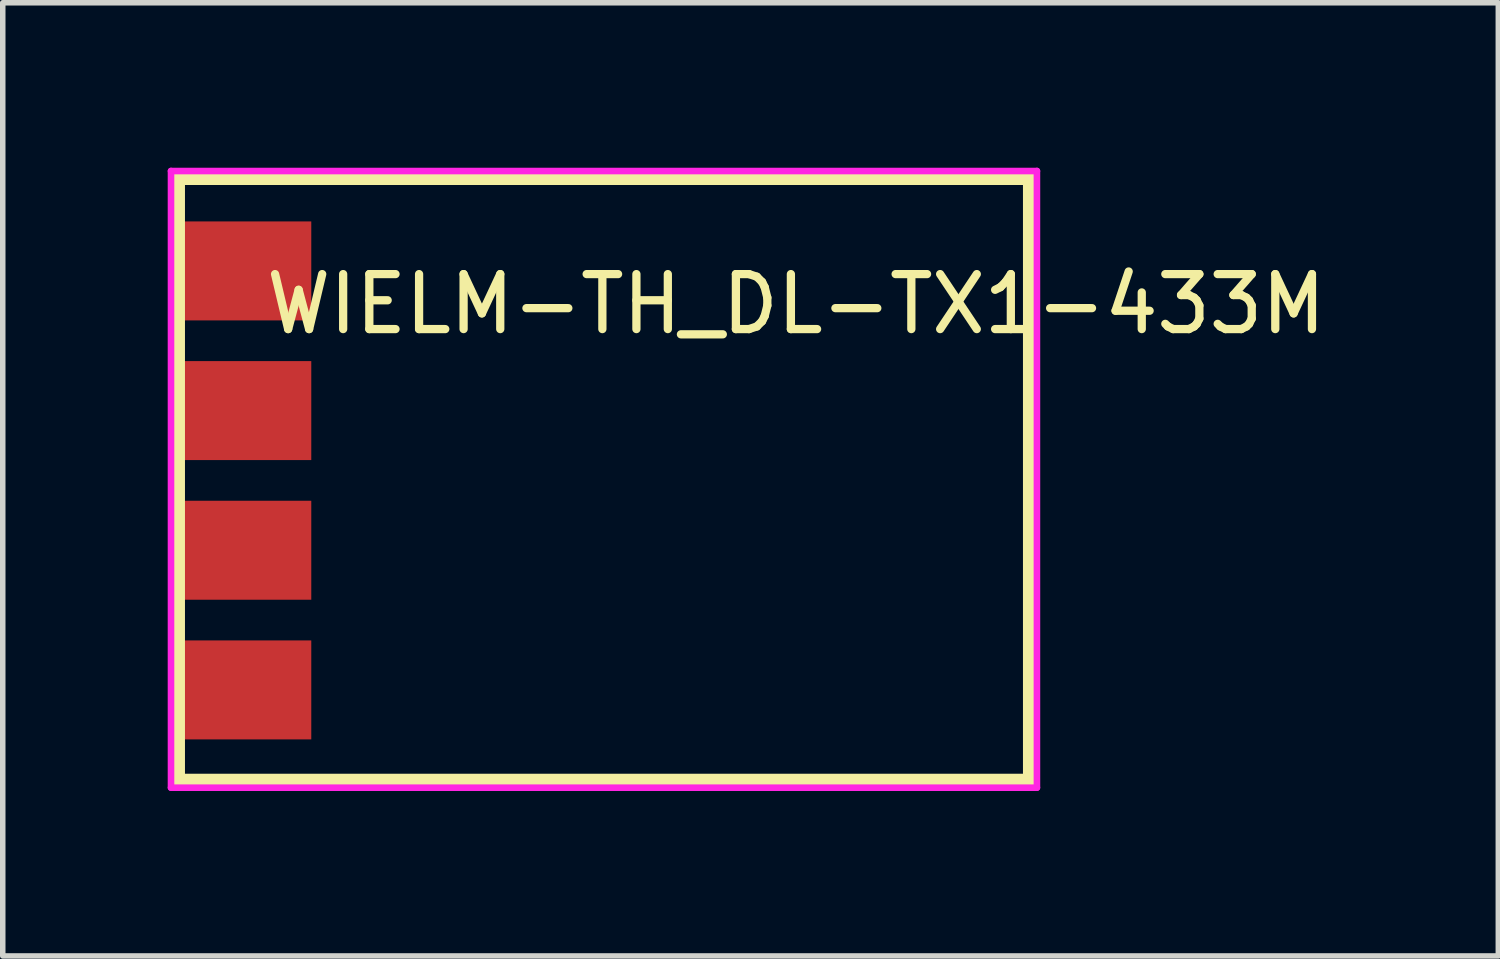
<source format=kicad_pcb>
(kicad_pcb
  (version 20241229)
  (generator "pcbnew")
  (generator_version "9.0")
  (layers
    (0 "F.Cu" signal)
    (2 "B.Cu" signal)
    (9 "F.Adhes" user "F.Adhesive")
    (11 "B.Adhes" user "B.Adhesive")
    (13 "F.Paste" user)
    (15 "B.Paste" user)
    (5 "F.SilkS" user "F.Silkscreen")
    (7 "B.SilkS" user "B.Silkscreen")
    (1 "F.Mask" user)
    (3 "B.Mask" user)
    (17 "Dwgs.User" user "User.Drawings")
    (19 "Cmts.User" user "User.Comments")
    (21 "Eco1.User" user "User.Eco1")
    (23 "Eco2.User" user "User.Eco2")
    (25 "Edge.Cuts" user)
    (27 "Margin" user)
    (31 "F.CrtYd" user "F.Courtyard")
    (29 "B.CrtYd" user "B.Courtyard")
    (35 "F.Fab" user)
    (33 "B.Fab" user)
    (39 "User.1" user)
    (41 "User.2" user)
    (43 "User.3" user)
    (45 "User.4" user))
  (footprint "WIELM-TH_DL-TX1-433M"
    (layer "F.Cu")
    (at 1.711 5.687)
    (property "Reference" "WIELM-TH_DL-TX1-433M" (at 0 -3.207 0) (layer "F.SilkS") (effects (font (size 1 1) (thickness 0.15)) (justify left)))
    (attr through_hole)
    (fp_line (start -1.524 -5.5) (end -1.524 5.4) (stroke (width 0.254) (type solid)) (layer "F.SilkS"))
    (fp_line (start -1.524 -5.5) (end 13.97 -5.5) (stroke (width 0.254) (type solid)) (layer "F.SilkS"))
    (fp_line (start 13.97 -5.5) (end 13.97 5.461) (stroke (width 0.254) (type solid)) (layer "F.SilkS"))
    (fp_line (start 13.97 5.461) (end -1.524 5.461) (stroke (width 0.254) (type solid)) (layer "F.SilkS"))
    (fp_circle (center -1.651 -5.627) (end -1.621 -5.627) (stroke (width 0.06) (type solid)) (fill no) (layer "Eco2.User"))
    (fp_circle (center 0 -3.81) (end 0.225 -3.81) (stroke (width 0.45) (type solid)) (fill no) (layer "Eco2.User"))
    (fp_circle (center 0 -1.27) (end 0.225 -1.27) (stroke (width 0.45) (type solid)) (fill no) (layer "Eco2.User"))
    (fp_circle (center 0 1.27) (end 0.225 1.27) (stroke (width 0.45) (type solid)) (fill no) (layer "Eco2.User"))
    (fp_circle (center 0 3.81) (end 0.225 3.81) (stroke (width 0.45) (type solid)) (fill no) (layer "Eco2.User"))
    (fp_line (start -1.651 -5.627) (end 14.097 -5.627) (stroke (width 0.12) (type solid)) (layer "F.CrtYd"))
    (fp_line (start -1.651 5.588) (end -1.651 -5.627) (stroke (width 0.12) (type solid)) (layer "F.CrtYd"))
    (fp_line (start 14.097 -5.627) (end 14.097 5.588) (stroke (width 0.12) (type solid)) (layer "F.CrtYd"))
    (fp_line (start 14.097 5.588) (end -1.651 5.588) (stroke (width 0.12) (type solid)) (layer "F.CrtYd"))
    (pad "1" smd rect (at -0.312 -3.81) (size 2.424 1.8) (layers "F.Cu" "F.Mask" "F.Paste"))
    (pad "2" smd rect (at -0.312 -1.27) (size 2.424 1.8) (layers "F.Cu" "F.Mask" "F.Paste"))
    (pad "3" smd rect (at -0.312 1.27) (size 2.424 1.8) (layers "F.Cu" "F.Mask" "F.Paste"))
    (pad "4" smd rect (at -0.312 3.81) (size 2.424 1.8) (layers "F.Cu" "F.Mask" "F.Paste")))
  (gr_rect
    (start -3 -3)
    (end 24.199 14.335)
    (stroke (width 0.1) (type default))
    (fill no)
    (layer "Edge.Cuts")))
</source>
